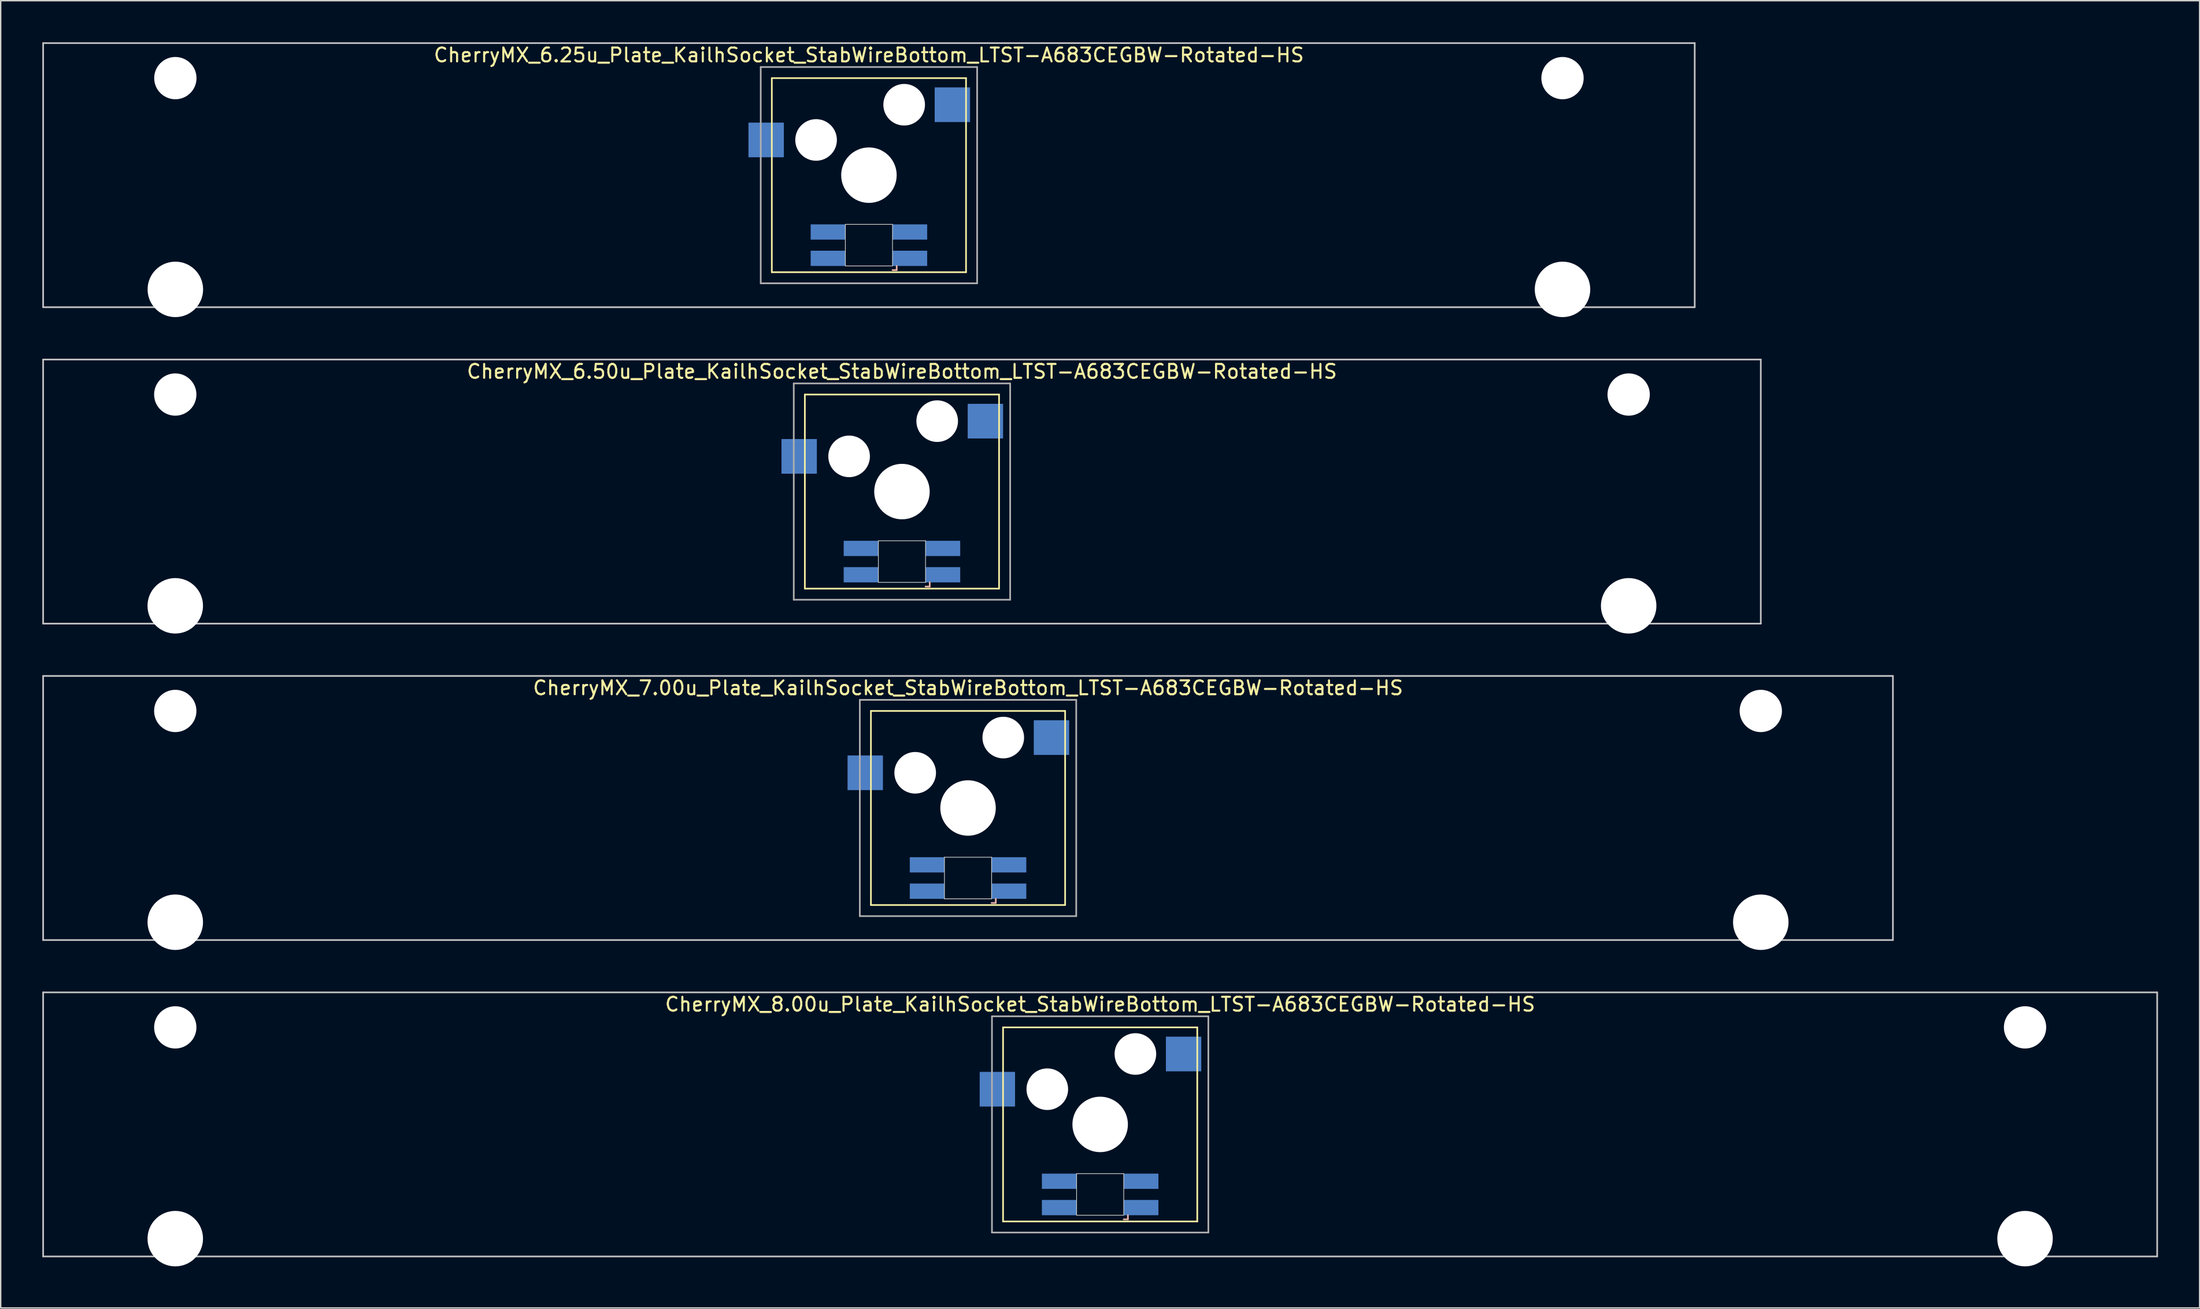
<source format=kicad_pcb>
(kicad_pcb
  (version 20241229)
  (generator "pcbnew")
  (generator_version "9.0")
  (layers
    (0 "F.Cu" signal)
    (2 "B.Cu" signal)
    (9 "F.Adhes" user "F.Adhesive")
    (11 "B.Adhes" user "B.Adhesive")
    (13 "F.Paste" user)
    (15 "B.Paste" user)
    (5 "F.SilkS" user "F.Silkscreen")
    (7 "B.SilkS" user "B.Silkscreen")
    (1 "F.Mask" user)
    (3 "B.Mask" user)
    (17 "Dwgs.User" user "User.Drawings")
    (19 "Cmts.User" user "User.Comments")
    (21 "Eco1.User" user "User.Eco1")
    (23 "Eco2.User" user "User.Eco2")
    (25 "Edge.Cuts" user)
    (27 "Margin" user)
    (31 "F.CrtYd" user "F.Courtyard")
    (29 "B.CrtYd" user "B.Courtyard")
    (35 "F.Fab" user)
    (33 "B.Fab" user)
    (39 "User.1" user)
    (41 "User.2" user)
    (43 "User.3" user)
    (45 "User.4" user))
  (footprint "CherryMX_8.00u_Plate_KailhSocket_StabWireBottom_LTST-A683CEGBW-Rotated-HS"
    (layer "F.Cu")
    (at 76.26 78.06)
    (property "Reference" "CherryMX_8.00u_Plate_KailhSocket_StabWireBottom_LTST-A683CEGBW-Rotated-HS" (at 0 -8.662 0) (layer "F.SilkS") (effects (font (size 1 1) (thickness 0.15))))
    (attr through_hole)
    (fp_line (start -7 -7) (end -7 7) (stroke (width 0.12) (type solid)) (layer "F.SilkS"))
    (fp_line (start -7 -7) (end 7 -7) (stroke (width 0.12) (type solid)) (layer "F.SilkS"))
    (fp_line (start 7 -7) (end 7 7) (stroke (width 0.12) (type solid)) (layer "F.SilkS"))
    (fp_line (start 7 7) (end -7 7) (stroke (width 0.12) (type solid)) (layer "F.SilkS"))
    (fp_line (start 1.7 6.85) (end 2 6.85) (stroke (width 0.12) (type solid)) (layer "B.SilkS"))
    (fp_line (start 2 6.85) (end 2 6.55) (stroke (width 0.12) (type solid)) (layer "B.SilkS"))
    (fp_line (start -76.2 -9.525) (end 76.2 -9.525) (stroke (width 0.12) (type solid)) (layer "Dwgs.User"))
    (fp_line (start -76.2 9.525) (end -76.2 -9.525) (stroke (width 0.12) (type solid)) (layer "Dwgs.User"))
    (fp_line (start 76.2 -9.525) (end 76.2 9.525) (stroke (width 0.12) (type solid)) (layer "Dwgs.User"))
    (fp_line (start 76.2 9.525) (end -76.2 9.525) (stroke (width 0.12) (type solid)) (layer "Dwgs.User"))
    (fp_line (start -1.7 3.55) (end 1.7 3.55) (stroke (width 0.05) (type solid)) (layer "Edge.Cuts"))
    (fp_line (start -1.7 6.55) (end -1.7 3.55) (stroke (width 0.05) (type solid)) (layer "Edge.Cuts"))
    (fp_line (start 1.7 3.55) (end 1.7 6.55) (stroke (width 0.05) (type solid)) (layer "Edge.Cuts"))
    (fp_line (start 1.7 6.55) (end -1.7 6.55) (stroke (width 0.05) (type solid)) (layer "Edge.Cuts"))
    (fp_line (start -7.8 -7.8) (end -7.8 7.8) (stroke (width 0.12) (type solid)) (layer "F.Fab"))
    (fp_line (start -7.8 -7.8) (end 7.8 -7.8) (stroke (width 0.12) (type solid)) (layer "F.Fab"))
    (fp_line (start -7.8 7.8) (end 7.8 7.8) (stroke (width 0.12) (type solid)) (layer "F.Fab"))
    (fp_line (start 7.8 -7.8) (end 7.8 7.8) (stroke (width 0.12) (type solid)) (layer "F.Fab"))
    (pad "" np_thru_hole circle (at -66.675 -7) (size 3.05 3.05) (drill 3.05) (layers "*.Cu" "*.Mask"))
    (pad "" np_thru_hole circle (at -66.675 8.24) (size 4 4) (drill 4) (layers "*.Cu" "*.Mask"))
    (pad "" np_thru_hole circle (at -3.81 -2.54) (size 3 3) (drill 3) (layers "*.Cu" "*.Mask"))
    (pad "" np_thru_hole circle (at 0 0) (size 4 4) (drill 4) (layers "*.Cu" "*.Mask"))
    (pad "" np_thru_hole circle (at 2.54 -5.08) (size 3 3) (drill 3) (layers "*.Cu" "*.Mask"))
    (pad "" np_thru_hole circle (at 66.675 -7) (size 3.05 3.05) (drill 3.05) (layers "*.Cu" "*.Mask"))
    (pad "" np_thru_hole circle (at 66.675 8.24) (size 4 4) (drill 4) (layers "*.Cu" "*.Mask"))
    (pad "1" smd rect (at -7.41 -2.54) (size 2.55 2.5) (layers "B.Cu" "B.Mask" "B.Paste"))
    (pad "2" smd rect (at 6.015 -5.08) (size 2.55 2.5) (layers "B.Cu" "B.Mask" "B.Paste"))
    (pad "3" smd rect (at 2.95 6) (size 2.5 1.1) (layers "B.Cu" "B.Mask" "B.Paste"))
    (pad "4" smd rect (at 2.95 4.1) (size 2.5 1.1) (layers "B.Cu" "B.Mask" "B.Paste"))
    (pad "5" smd rect (at -2.95 6) (size 2.5 1.1) (layers "B.Cu" "B.Mask" "B.Paste"))
    (pad "6" smd rect (at -2.95 4.1) (size 2.5 1.1) (layers "B.Cu" "B.Mask" "B.Paste")))
  (footprint "CherryMX_7.00u_Plate_KailhSocket_StabWireBottom_LTST-A683CEGBW-Rotated-HS"
    (layer "F.Cu")
    (at 66.735 55.235)
    (property "Reference" "CherryMX_7.00u_Plate_KailhSocket_StabWireBottom_LTST-A683CEGBW-Rotated-HS" (at 0 -8.662 0) (layer "F.SilkS") (effects (font (size 1 1) (thickness 0.15))))
    (attr through_hole)
    (fp_line (start -7 -7) (end -7 7) (stroke (width 0.12) (type solid)) (layer "F.SilkS"))
    (fp_line (start -7 -7) (end 7 -7) (stroke (width 0.12) (type solid)) (layer "F.SilkS"))
    (fp_line (start 7 -7) (end 7 7) (stroke (width 0.12) (type solid)) (layer "F.SilkS"))
    (fp_line (start 7 7) (end -7 7) (stroke (width 0.12) (type solid)) (layer "F.SilkS"))
    (fp_line (start 1.7 6.85) (end 2 6.85) (stroke (width 0.12) (type solid)) (layer "B.SilkS"))
    (fp_line (start 2 6.85) (end 2 6.55) (stroke (width 0.12) (type solid)) (layer "B.SilkS"))
    (fp_line (start -66.675 -9.525) (end 66.675 -9.525) (stroke (width 0.12) (type solid)) (layer "Dwgs.User"))
    (fp_line (start -66.675 9.525) (end -66.675 -9.525) (stroke (width 0.12) (type solid)) (layer "Dwgs.User"))
    (fp_line (start 66.675 -9.525) (end 66.675 9.525) (stroke (width 0.12) (type solid)) (layer "Dwgs.User"))
    (fp_line (start 66.675 9.525) (end -66.675 9.525) (stroke (width 0.12) (type solid)) (layer "Dwgs.User"))
    (fp_line (start -1.7 3.55) (end 1.7 3.55) (stroke (width 0.05) (type solid)) (layer "Edge.Cuts"))
    (fp_line (start -1.7 6.55) (end -1.7 3.55) (stroke (width 0.05) (type solid)) (layer "Edge.Cuts"))
    (fp_line (start 1.7 3.55) (end 1.7 6.55) (stroke (width 0.05) (type solid)) (layer "Edge.Cuts"))
    (fp_line (start 1.7 6.55) (end -1.7 6.55) (stroke (width 0.05) (type solid)) (layer "Edge.Cuts"))
    (fp_line (start -7.8 -7.8) (end -7.8 7.8) (stroke (width 0.12) (type solid)) (layer "F.Fab"))
    (fp_line (start -7.8 -7.8) (end 7.8 -7.8) (stroke (width 0.12) (type solid)) (layer "F.Fab"))
    (fp_line (start -7.8 7.8) (end 7.8 7.8) (stroke (width 0.12) (type solid)) (layer "F.Fab"))
    (fp_line (start 7.8 -7.8) (end 7.8 7.8) (stroke (width 0.12) (type solid)) (layer "F.Fab"))
    (pad "" np_thru_hole circle (at -57.15 -7) (size 3.05 3.05) (drill 3.05) (layers "*.Cu" "*.Mask"))
    (pad "" np_thru_hole circle (at -57.15 8.24) (size 4 4) (drill 4) (layers "*.Cu" "*.Mask"))
    (pad "" np_thru_hole circle (at -3.81 -2.54) (size 3 3) (drill 3) (layers "*.Cu" "*.Mask"))
    (pad "" np_thru_hole circle (at 0 0) (size 4 4) (drill 4) (layers "*.Cu" "*.Mask"))
    (pad "" np_thru_hole circle (at 2.54 -5.08) (size 3 3) (drill 3) (layers "*.Cu" "*.Mask"))
    (pad "" np_thru_hole circle (at 57.15 -7) (size 3.05 3.05) (drill 3.05) (layers "*.Cu" "*.Mask"))
    (pad "" np_thru_hole circle (at 57.15 8.24) (size 4 4) (drill 4) (layers "*.Cu" "*.Mask"))
    (pad "1" smd rect (at -7.41 -2.54) (size 2.55 2.5) (layers "B.Cu" "B.Mask" "B.Paste"))
    (pad "2" smd rect (at 6.015 -5.08) (size 2.55 2.5) (layers "B.Cu" "B.Mask" "B.Paste"))
    (pad "3" smd rect (at 2.95 6) (size 2.5 1.1) (layers "B.Cu" "B.Mask" "B.Paste"))
    (pad "4" smd rect (at 2.95 4.1) (size 2.5 1.1) (layers "B.Cu" "B.Mask" "B.Paste"))
    (pad "5" smd rect (at -2.95 6) (size 2.5 1.1) (layers "B.Cu" "B.Mask" "B.Paste"))
    (pad "6" smd rect (at -2.95 4.1) (size 2.5 1.1) (layers "B.Cu" "B.Mask" "B.Paste")))
  (footprint "CherryMX_6.50u_Plate_KailhSocket_StabWireBottom_LTST-A683CEGBW-Rotated-HS"
    (layer "F.Cu")
    (at 61.972 32.41)
    (property "Reference" "CherryMX_6.50u_Plate_KailhSocket_StabWireBottom_LTST-A683CEGBW-Rotated-HS" (at 0 -8.662 0) (layer "F.SilkS") (effects (font (size 1 1) (thickness 0.15))))
    (attr through_hole)
    (fp_line (start -7 -7) (end -7 7) (stroke (width 0.12) (type solid)) (layer "F.SilkS"))
    (fp_line (start -7 -7) (end 7 -7) (stroke (width 0.12) (type solid)) (layer "F.SilkS"))
    (fp_line (start 7 -7) (end 7 7) (stroke (width 0.12) (type solid)) (layer "F.SilkS"))
    (fp_line (start 7 7) (end -7 7) (stroke (width 0.12) (type solid)) (layer "F.SilkS"))
    (fp_line (start 1.7 6.85) (end 2 6.85) (stroke (width 0.12) (type solid)) (layer "B.SilkS"))
    (fp_line (start 2 6.85) (end 2 6.55) (stroke (width 0.12) (type solid)) (layer "B.SilkS"))
    (fp_line (start -61.913 -9.525) (end 61.913 -9.525) (stroke (width 0.12) (type solid)) (layer "Dwgs.User"))
    (fp_line (start -61.913 9.525) (end -61.913 -9.525) (stroke (width 0.12) (type solid)) (layer "Dwgs.User"))
    (fp_line (start 61.913 -9.525) (end 61.913 9.525) (stroke (width 0.12) (type solid)) (layer "Dwgs.User"))
    (fp_line (start 61.913 9.525) (end -61.913 9.525) (stroke (width 0.12) (type solid)) (layer "Dwgs.User"))
    (fp_line (start -1.7 3.55) (end 1.7 3.55) (stroke (width 0.05) (type solid)) (layer "Edge.Cuts"))
    (fp_line (start -1.7 6.55) (end -1.7 3.55) (stroke (width 0.05) (type solid)) (layer "Edge.Cuts"))
    (fp_line (start 1.7 3.55) (end 1.7 6.55) (stroke (width 0.05) (type solid)) (layer "Edge.Cuts"))
    (fp_line (start 1.7 6.55) (end -1.7 6.55) (stroke (width 0.05) (type solid)) (layer "Edge.Cuts"))
    (fp_line (start -7.8 -7.8) (end -7.8 7.8) (stroke (width 0.12) (type solid)) (layer "F.Fab"))
    (fp_line (start -7.8 -7.8) (end 7.8 -7.8) (stroke (width 0.12) (type solid)) (layer "F.Fab"))
    (fp_line (start -7.8 7.8) (end 7.8 7.8) (stroke (width 0.12) (type solid)) (layer "F.Fab"))
    (fp_line (start 7.8 -7.8) (end 7.8 7.8) (stroke (width 0.12) (type solid)) (layer "F.Fab"))
    (pad "" np_thru_hole circle (at -52.388 -7) (size 3.05 3.05) (drill 3.05) (layers "*.Cu" "*.Mask"))
    (pad "" np_thru_hole circle (at -52.388 8.24) (size 4 4) (drill 4) (layers "*.Cu" "*.Mask"))
    (pad "" np_thru_hole circle (at -3.81 -2.54) (size 3 3) (drill 3) (layers "*.Cu" "*.Mask"))
    (pad "" np_thru_hole circle (at 0 0) (size 4 4) (drill 4) (layers "*.Cu" "*.Mask"))
    (pad "" np_thru_hole circle (at 2.54 -5.08) (size 3 3) (drill 3) (layers "*.Cu" "*.Mask"))
    (pad "" np_thru_hole circle (at 52.388 -7) (size 3.05 3.05) (drill 3.05) (layers "*.Cu" "*.Mask"))
    (pad "" np_thru_hole circle (at 52.388 8.24) (size 4 4) (drill 4) (layers "*.Cu" "*.Mask"))
    (pad "1" smd rect (at -7.41 -2.54) (size 2.55 2.5) (layers "B.Cu" "B.Mask" "B.Paste"))
    (pad "2" smd rect (at 6.015 -5.08) (size 2.55 2.5) (layers "B.Cu" "B.Mask" "B.Paste"))
    (pad "3" smd rect (at 2.95 6) (size 2.5 1.1) (layers "B.Cu" "B.Mask" "B.Paste"))
    (pad "4" smd rect (at 2.95 4.1) (size 2.5 1.1) (layers "B.Cu" "B.Mask" "B.Paste"))
    (pad "5" smd rect (at -2.95 6) (size 2.5 1.1) (layers "B.Cu" "B.Mask" "B.Paste"))
    (pad "6" smd rect (at -2.95 4.1) (size 2.5 1.1) (layers "B.Cu" "B.Mask" "B.Paste")))
  (footprint "CherryMX_6.25u_Plate_KailhSocket_StabWireBottom_LTST-A683CEGBW-Rotated-HS"
    (layer "F.Cu")
    (at 59.591 9.585)
    (property "Reference" "CherryMX_6.25u_Plate_KailhSocket_StabWireBottom_LTST-A683CEGBW-Rotated-HS" (at 0 -8.662 0) (layer "F.SilkS") (effects (font (size 1 1) (thickness 0.15))))
    (attr through_hole)
    (fp_line (start -7 -7) (end -7 7) (stroke (width 0.12) (type solid)) (layer "F.SilkS"))
    (fp_line (start -7 -7) (end 7 -7) (stroke (width 0.12) (type solid)) (layer "F.SilkS"))
    (fp_line (start 7 -7) (end 7 7) (stroke (width 0.12) (type solid)) (layer "F.SilkS"))
    (fp_line (start 7 7) (end -7 7) (stroke (width 0.12) (type solid)) (layer "F.SilkS"))
    (fp_line (start 1.7 6.85) (end 2 6.85) (stroke (width 0.12) (type solid)) (layer "B.SilkS"))
    (fp_line (start 2 6.85) (end 2 6.55) (stroke (width 0.12) (type solid)) (layer "B.SilkS"))
    (fp_line (start -59.531 -9.525) (end 59.531 -9.525) (stroke (width 0.12) (type solid)) (layer "Dwgs.User"))
    (fp_line (start -59.531 9.525) (end -59.531 -9.525) (stroke (width 0.12) (type solid)) (layer "Dwgs.User"))
    (fp_line (start 59.531 -9.525) (end 59.531 9.525) (stroke (width 0.12) (type solid)) (layer "Dwgs.User"))
    (fp_line (start 59.531 9.525) (end -59.531 9.525) (stroke (width 0.12) (type solid)) (layer "Dwgs.User"))
    (fp_line (start -1.7 3.55) (end 1.7 3.55) (stroke (width 0.05) (type solid)) (layer "Edge.Cuts"))
    (fp_line (start -1.7 6.55) (end -1.7 3.55) (stroke (width 0.05) (type solid)) (layer "Edge.Cuts"))
    (fp_line (start 1.7 3.55) (end 1.7 6.55) (stroke (width 0.05) (type solid)) (layer "Edge.Cuts"))
    (fp_line (start 1.7 6.55) (end -1.7 6.55) (stroke (width 0.05) (type solid)) (layer "Edge.Cuts"))
    (fp_line (start -7.8 -7.8) (end -7.8 7.8) (stroke (width 0.12) (type solid)) (layer "F.Fab"))
    (fp_line (start -7.8 -7.8) (end 7.8 -7.8) (stroke (width 0.12) (type solid)) (layer "F.Fab"))
    (fp_line (start -7.8 7.8) (end 7.8 7.8) (stroke (width 0.12) (type solid)) (layer "F.Fab"))
    (fp_line (start 7.8 -7.8) (end 7.8 7.8) (stroke (width 0.12) (type solid)) (layer "F.Fab"))
    (pad "" np_thru_hole circle (at -50 -7) (size 3.05 3.05) (drill 3.05) (layers "*.Cu" "*.Mask"))
    (pad "" np_thru_hole circle (at -50 8.24) (size 4 4) (drill 4) (layers "*.Cu" "*.Mask"))
    (pad "" np_thru_hole circle (at -3.81 -2.54) (size 3 3) (drill 3) (layers "*.Cu" "*.Mask"))
    (pad "" np_thru_hole circle (at 0 0) (size 4 4) (drill 4) (layers "*.Cu" "*.Mask"))
    (pad "" np_thru_hole circle (at 2.54 -5.08) (size 3 3) (drill 3) (layers "*.Cu" "*.Mask"))
    (pad "" np_thru_hole circle (at 50 -7) (size 3.05 3.05) (drill 3.05) (layers "*.Cu" "*.Mask"))
    (pad "" np_thru_hole circle (at 50 8.24) (size 4 4) (drill 4) (layers "*.Cu" "*.Mask"))
    (pad "1" smd rect (at -7.41 -2.54) (size 2.55 2.5) (layers "B.Cu" "B.Mask" "B.Paste"))
    (pad "2" smd rect (at 6.015 -5.08) (size 2.55 2.5) (layers "B.Cu" "B.Mask" "B.Paste"))
    (pad "3" smd rect (at 2.95 6) (size 2.5 1.1) (layers "B.Cu" "B.Mask" "B.Paste"))
    (pad "4" smd rect (at 2.95 4.1) (size 2.5 1.1) (layers "B.Cu" "B.Mask" "B.Paste"))
    (pad "5" smd rect (at -2.95 6) (size 2.5 1.1) (layers "B.Cu" "B.Mask" "B.Paste"))
    (pad "6" smd rect (at -2.95 4.1) (size 2.5 1.1) (layers "B.Cu" "B.Mask" "B.Paste")))
  (gr_rect
    (start -3 -3)
    (end 155.52 91.3)
    (stroke (width 0.1) (type default))
    (fill no)
    (layer "Edge.Cuts")))
</source>
